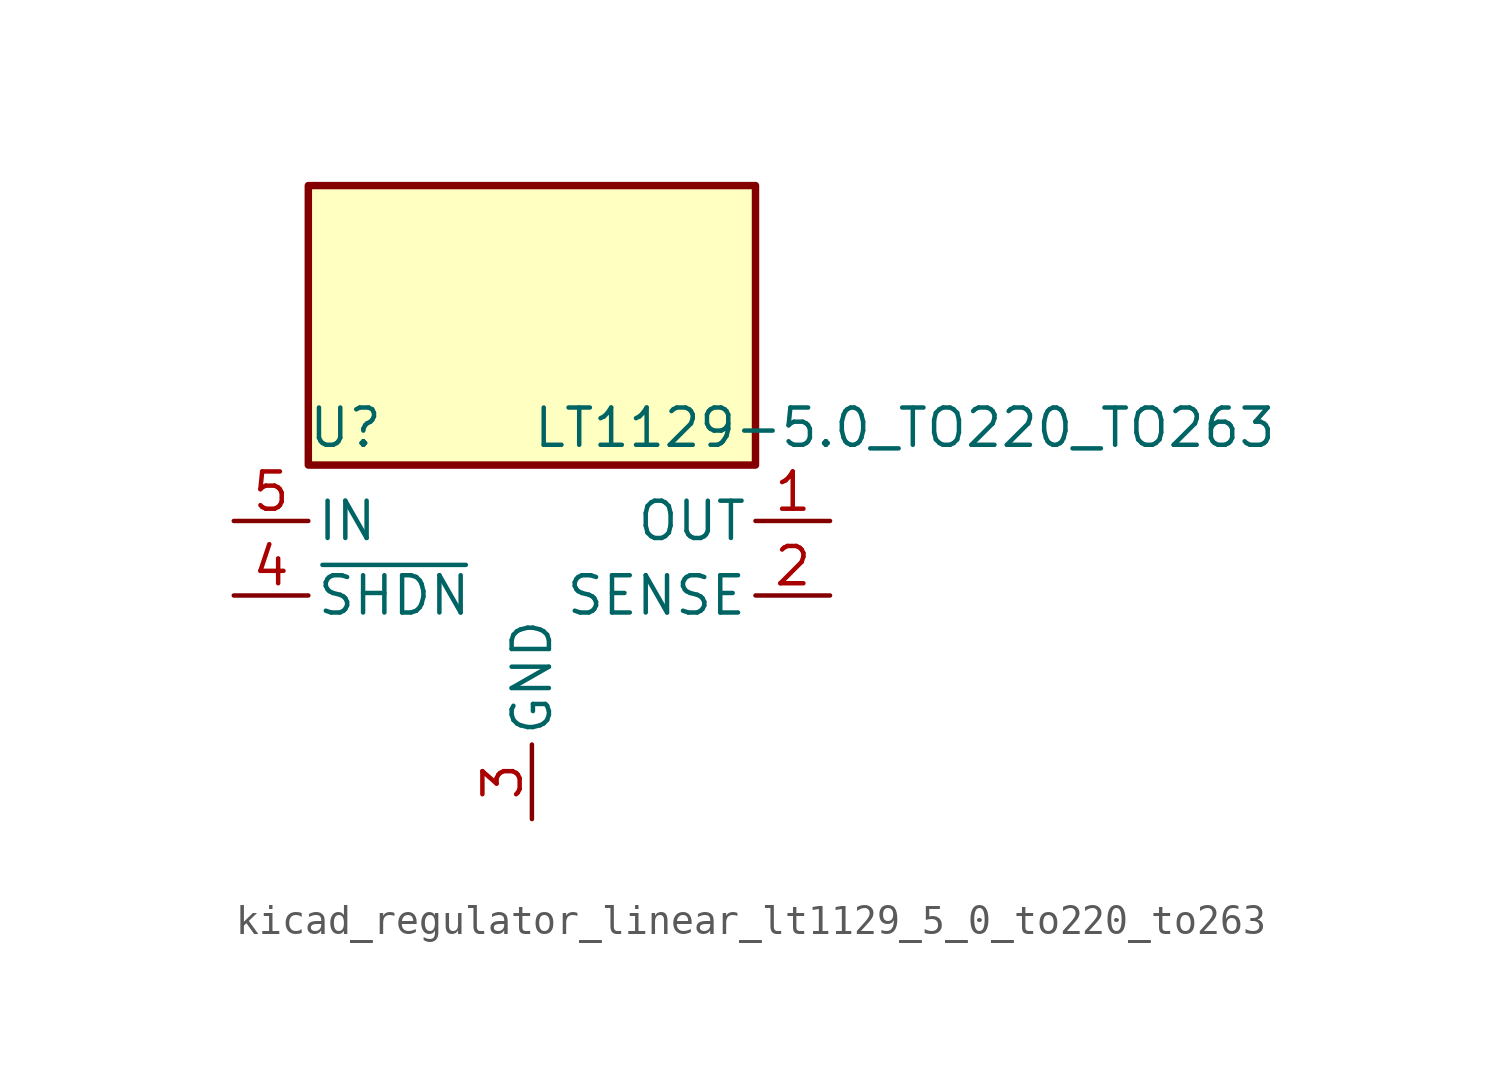
<source format=kicad_sym>
(kicad_symbol_lib
  (version 20220914)
  (generator kicad_symbol_editor)
  (symbol "kicad_regulator_linear_lt1129_5_0_to220_to263"
    (pin_names
      (offset 0.254))
    (property "Reference" "U"
      (at -6.35 5.715 0)
      (effects (font (size 1.27 1.27))))
    (property "Value" "LT1129-5.0_TO220_TO263"
      (at 0 5.715 0)
      (effects (font (size 1.27 1.27)) (justify left)))
    (symbol "kicad_regulator_linear_lt1129_5_0_to220_to263_0_1"
      (rectangle (start 7.62 13.97) (end -7.62 4.445) (stroke (width 0.254) (type default)) (fill (type background))))
    (symbol "kicad_regulator_linear_lt1129_5_0_to220_to263_1_1"
      (pin power_out line (at 10.16 2.54 180) (length 2.54) (name "OUT" (effects (font (size 1.27 1.27)))) (number "1" (effects (font (size 1.27 1.27)))))
      (pin input line (at 10.16 0 180) (length 2.54) (name "SENSE" (effects (font (size 1.27 1.27)))) (number "2" (effects (font (size 1.27 1.27)))))
      (pin power_in line (at 0 -7.62 90) (length 2.54) (name "GND" (effects (font (size 1.27 1.27)))) (number "3" (effects (font (size 1.27 1.27)))))
      (pin input line (at -10.16 0 0) (length 2.54) (name "~{SHDN}" (effects (font (size 1.27 1.27)))) (number "4" (effects (font (size 1.27 1.27)))))
      (pin power_in line (at -10.16 2.54 0) (length 2.54) (name "IN" (effects (font (size 1.27 1.27)))) (number "5" (effects (font (size 1.27 1.27))))))))
</source>
